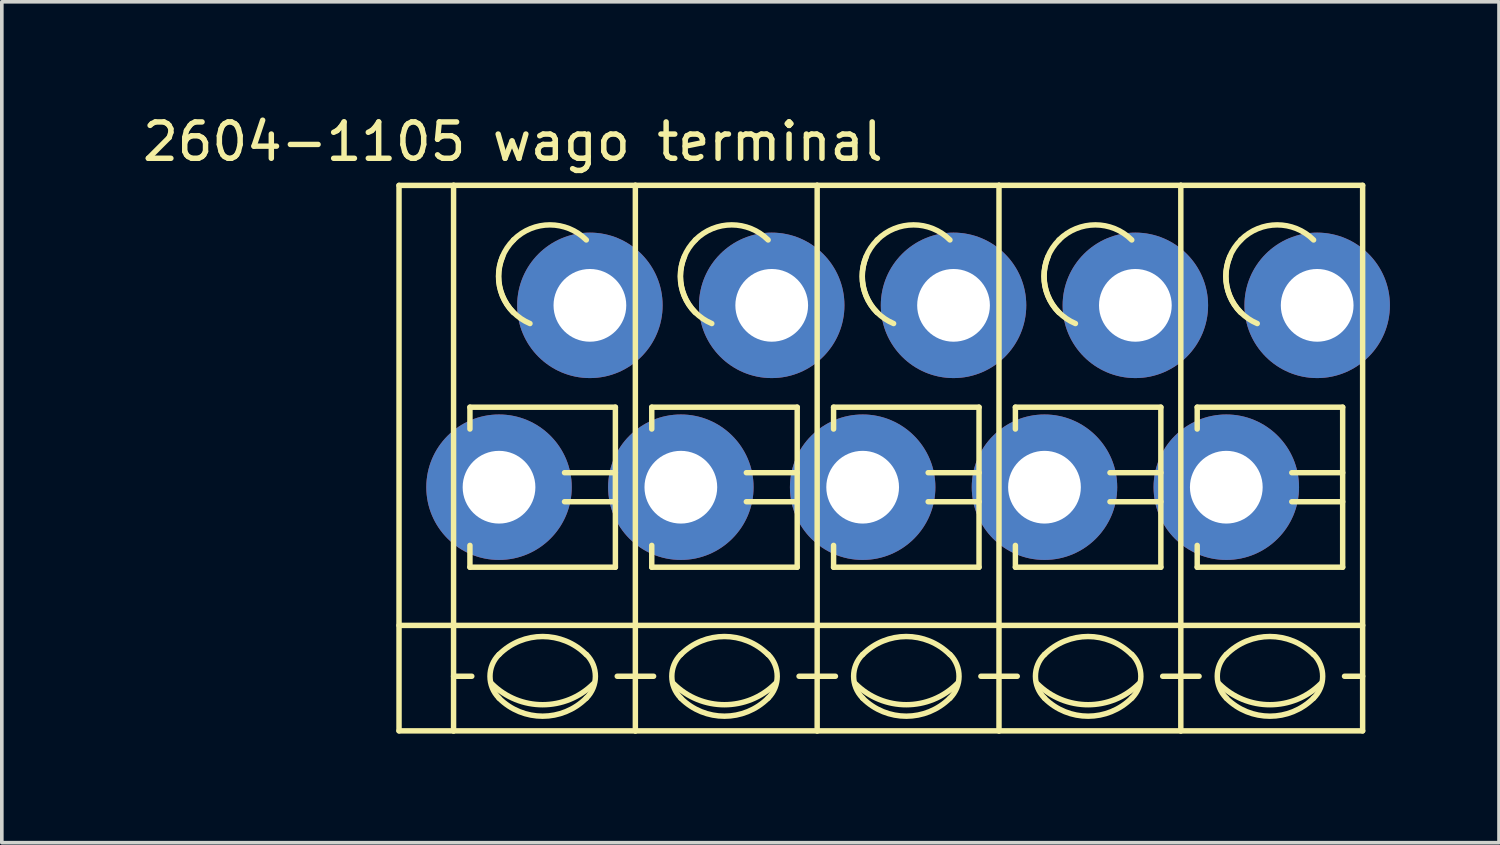
<source format=kicad_pcb>
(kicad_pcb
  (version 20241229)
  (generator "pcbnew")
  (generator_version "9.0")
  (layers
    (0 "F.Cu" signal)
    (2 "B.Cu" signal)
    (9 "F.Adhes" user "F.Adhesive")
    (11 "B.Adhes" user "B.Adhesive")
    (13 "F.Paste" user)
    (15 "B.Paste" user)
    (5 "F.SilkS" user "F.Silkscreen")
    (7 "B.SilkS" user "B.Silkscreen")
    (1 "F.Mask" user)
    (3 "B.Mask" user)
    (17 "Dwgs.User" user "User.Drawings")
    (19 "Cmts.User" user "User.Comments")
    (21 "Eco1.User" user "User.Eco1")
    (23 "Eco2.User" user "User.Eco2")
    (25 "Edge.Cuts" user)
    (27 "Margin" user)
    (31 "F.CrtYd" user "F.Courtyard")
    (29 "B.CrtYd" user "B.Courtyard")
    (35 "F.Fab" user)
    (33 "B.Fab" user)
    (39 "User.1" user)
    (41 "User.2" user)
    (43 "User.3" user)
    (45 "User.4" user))
  (footprint " 2604-1105 wago terminal"
    (layer "F.Cu")
    (at 10.673 10.348)
    (property "Reference" " 2604-1105 wago terminal" (at 0 -9.5 0) (layer "F.SilkS") (effects (font (size 1 1) (thickness 0.15))))
    (attr through_hole)
    (fp_line (start -2.75 -8.3) (end -1.25 -8.3) (stroke (width 0.15) (type solid)) (layer "F.SilkS"))
    (fp_line (start -2.75 6.7) (end -2.75 -8.3) (stroke (width 0.15) (type solid)) (layer "F.SilkS"))
    (fp_line (start -1.25 6.7) (end -2.75 6.7) (stroke (width 0.15) (type solid)) (layer "F.SilkS"))
    (fp_line (start -1.25 5.199) (end -0.749 5.199) (stroke (width 0.15) (type solid)) (layer "F.SilkS"))
    (fp_line (start -1.25 6.701) (end -1.25 -8.301) (stroke (width 0.15) (type solid)) (layer "F.SilkS"))
    (fp_line (start -0.8 -2.2) (end -0.8 -1.6) (stroke (width 0.15) (type solid)) (layer "F.SilkS"))
    (fp_line (start -0.8 -2.2) (end 3.2 -2.2) (stroke (width 0.15) (type solid)) (layer "F.SilkS"))
    (fp_line (start -0.8 2.2) (end -0.8 1.6) (stroke (width 0.15) (type solid)) (layer "F.SilkS"))
    (fp_line (start 3.2 -2.2) (end 3.2 2.2) (stroke (width 0.15) (type solid)) (layer "F.SilkS"))
    (fp_line (start 3.2 -0.399) (end 1.801 -0.399) (stroke (width 0.15) (type solid)) (layer "F.SilkS"))
    (fp_line (start 3.2 0.399) (end 1.801 0.399) (stroke (width 0.15) (type solid)) (layer "F.SilkS"))
    (fp_line (start 3.2 2.2) (end -0.8 2.2) (stroke (width 0.15) (type solid)) (layer "F.SilkS"))
    (fp_line (start 3.749 -8.301) (end -1.25 -8.301) (stroke (width 0.15) (type solid)) (layer "F.SilkS"))
    (fp_line (start 3.749 -8.301) (end 3.749 6.701) (stroke (width 0.15) (type solid)) (layer "F.SilkS"))
    (fp_line (start 3.749 5.199) (end 3.251 5.199) (stroke (width 0.15) (type solid)) (layer "F.SilkS"))
    (fp_line (start 3.749 6.701) (end -1.25 6.701) (stroke (width 0.15) (type solid)) (layer "F.SilkS"))
    (fp_line (start 3.75 3.8) (end -2.75 3.8) (stroke (width 0.15) (type solid)) (layer "F.SilkS"))
    (fp_line (start 3.75 3.8) (end 8.75 3.8) (stroke (width 0.15) (type solid)) (layer "F.SilkS"))
    (fp_line (start 3.75 5.199) (end 4.251 5.199) (stroke (width 0.15) (type solid)) (layer "F.SilkS"))
    (fp_line (start 4.2 -2.2) (end 4.2 -1.6) (stroke (width 0.15) (type solid)) (layer "F.SilkS"))
    (fp_line (start 4.2 -2.2) (end 8.2 -2.2) (stroke (width 0.15) (type solid)) (layer "F.SilkS"))
    (fp_line (start 4.2 2.2) (end 4.2 1.6) (stroke (width 0.15) (type solid)) (layer "F.SilkS"))
    (fp_line (start 8.2 -2.2) (end 8.2 2.2) (stroke (width 0.15) (type solid)) (layer "F.SilkS"))
    (fp_line (start 8.2 -0.399) (end 6.801 -0.399) (stroke (width 0.15) (type solid)) (layer "F.SilkS"))
    (fp_line (start 8.2 0.399) (end 6.801 0.399) (stroke (width 0.15) (type solid)) (layer "F.SilkS"))
    (fp_line (start 8.2 2.2) (end 4.2 2.2) (stroke (width 0.15) (type solid)) (layer "F.SilkS"))
    (fp_line (start 8.749 -8.301) (end 3.75 -8.301) (stroke (width 0.15) (type solid)) (layer "F.SilkS"))
    (fp_line (start 8.749 -8.301) (end 8.749 6.701) (stroke (width 0.15) (type solid)) (layer "F.SilkS"))
    (fp_line (start 8.749 5.199) (end 8.251 5.199) (stroke (width 0.15) (type solid)) (layer "F.SilkS"))
    (fp_line (start 8.749 6.701) (end 3.75 6.701) (stroke (width 0.15) (type solid)) (layer "F.SilkS"))
    (fp_line (start 8.75 3.8) (end 13.75 3.8) (stroke (width 0.15) (type solid)) (layer "F.SilkS"))
    (fp_line (start 8.75 5.199) (end 9.251 5.199) (stroke (width 0.15) (type solid)) (layer "F.SilkS"))
    (fp_line (start 9.2 -2.2) (end 9.2 -1.6) (stroke (width 0.15) (type solid)) (layer "F.SilkS"))
    (fp_line (start 9.2 -2.2) (end 13.2 -2.2) (stroke (width 0.15) (type solid)) (layer "F.SilkS"))
    (fp_line (start 9.2 2.2) (end 9.2 1.6) (stroke (width 0.15) (type solid)) (layer "F.SilkS"))
    (fp_line (start 13.2 -2.2) (end 13.2 2.2) (stroke (width 0.15) (type solid)) (layer "F.SilkS"))
    (fp_line (start 13.2 -0.399) (end 11.801 -0.399) (stroke (width 0.15) (type solid)) (layer "F.SilkS"))
    (fp_line (start 13.2 0.399) (end 11.801 0.399) (stroke (width 0.15) (type solid)) (layer "F.SilkS"))
    (fp_line (start 13.2 2.2) (end 9.2 2.2) (stroke (width 0.15) (type solid)) (layer "F.SilkS"))
    (fp_line (start 13.749 -8.301) (end 8.75 -8.301) (stroke (width 0.15) (type solid)) (layer "F.SilkS"))
    (fp_line (start 13.749 -8.301) (end 13.749 6.701) (stroke (width 0.15) (type solid)) (layer "F.SilkS"))
    (fp_line (start 13.749 5.199) (end 13.251 5.199) (stroke (width 0.15) (type solid)) (layer "F.SilkS"))
    (fp_line (start 13.749 6.701) (end 8.75 6.701) (stroke (width 0.15) (type solid)) (layer "F.SilkS"))
    (fp_line (start 13.75 3.8) (end 18.75 3.8) (stroke (width 0.15) (type solid)) (layer "F.SilkS"))
    (fp_line (start 13.75 5.199) (end 14.251 5.199) (stroke (width 0.15) (type solid)) (layer "F.SilkS"))
    (fp_line (start 14.2 -2.2) (end 14.2 -1.6) (stroke (width 0.15) (type solid)) (layer "F.SilkS"))
    (fp_line (start 14.2 -2.2) (end 18.2 -2.2) (stroke (width 0.15) (type solid)) (layer "F.SilkS"))
    (fp_line (start 14.2 2.2) (end 14.2 1.6) (stroke (width 0.15) (type solid)) (layer "F.SilkS"))
    (fp_line (start 18.2 -2.2) (end 18.2 2.2) (stroke (width 0.15) (type solid)) (layer "F.SilkS"))
    (fp_line (start 18.2 -0.399) (end 16.801 -0.399) (stroke (width 0.15) (type solid)) (layer "F.SilkS"))
    (fp_line (start 18.2 0.399) (end 16.801 0.399) (stroke (width 0.15) (type solid)) (layer "F.SilkS"))
    (fp_line (start 18.2 2.2) (end 14.2 2.2) (stroke (width 0.15) (type solid)) (layer "F.SilkS"))
    (fp_line (start 18.749 -8.301) (end 13.75 -8.301) (stroke (width 0.15) (type solid)) (layer "F.SilkS"))
    (fp_line (start 18.749 -8.301) (end 18.749 6.701) (stroke (width 0.15) (type solid)) (layer "F.SilkS"))
    (fp_line (start 18.749 5.199) (end 18.251 5.199) (stroke (width 0.15) (type solid)) (layer "F.SilkS"))
    (fp_line (start 18.749 6.701) (end 13.75 6.701) (stroke (width 0.15) (type solid)) (layer "F.SilkS"))
    (fp_line (start 18.75 3.8) (end 23.75 3.8) (stroke (width 0.15) (type solid)) (layer "F.SilkS"))
    (fp_line (start 18.75 5.199) (end 19.251 5.199) (stroke (width 0.15) (type solid)) (layer "F.SilkS"))
    (fp_line (start 19.2 -2.2) (end 19.2 -1.6) (stroke (width 0.15) (type solid)) (layer "F.SilkS"))
    (fp_line (start 19.2 -2.2) (end 23.2 -2.2) (stroke (width 0.15) (type solid)) (layer "F.SilkS"))
    (fp_line (start 19.2 2.2) (end 19.2 1.6) (stroke (width 0.15) (type solid)) (layer "F.SilkS"))
    (fp_line (start 23.2 -2.2) (end 23.2 2.2) (stroke (width 0.15) (type solid)) (layer "F.SilkS"))
    (fp_line (start 23.2 -0.399) (end 21.801 -0.399) (stroke (width 0.15) (type solid)) (layer "F.SilkS"))
    (fp_line (start 23.2 0.399) (end 21.801 0.399) (stroke (width 0.15) (type solid)) (layer "F.SilkS"))
    (fp_line (start 23.2 2.2) (end 19.2 2.2) (stroke (width 0.15) (type solid)) (layer "F.SilkS"))
    (fp_line (start 23.749 -8.301) (end 18.75 -8.301) (stroke (width 0.15) (type solid)) (layer "F.SilkS"))
    (fp_line (start 23.749 -8.301) (end 23.749 6.701) (stroke (width 0.15) (type solid)) (layer "F.SilkS"))
    (fp_line (start 23.749 5.199) (end 23.251 5.199) (stroke (width 0.15) (type solid)) (layer "F.SilkS"))
    (fp_line (start 23.749 6.701) (end 18.75 6.701) (stroke (width 0.15) (type solid)) (layer "F.SilkS"))
    (fp_arc (start 0 4.60248) (mid 1.19888 4.105888) (end 2.39776 4.60248) (stroke (width 0.15) (type solid)) (layer "F.SilkS"))
    (fp_arc (start 0 5.79882) (mid -0.248296 5.19938) (end 0 4.59994) (stroke (width 0.15) (type solid)) (layer "F.SilkS"))
    (fp_arc (start 0.39878 -6.79958) (mid 1.39954 -7.214108) (end 2.4003 -6.79958) (stroke (width 0.15) (type solid)) (layer "F.SilkS"))
    (fp_arc (start 0.39878 -4.8006) (mid -0.013952 -5.800616) (end 0.40132 -6.79958) (stroke (width 0.15) (type solid)) (layer "F.SilkS"))
    (fp_arc (start 0.8509 -4.50088) (mid 0.093811 -5.268985) (end 0.1016 -6.34746) (stroke (width 0.15) (type solid)) (layer "F.SilkS"))
    (fp_arc (start 2.4003 5.79882) (mid 1.200676 6.297208) (end 0 5.80136) (stroke (width 0.15) (type solid)) (layer "F.SilkS"))
    (fp_arc (start 2.40284 4.59994) (mid 2.650392 5.201176) (end 2.4003 5.80136) (stroke (width 0.15) (type solid)) (layer "F.SilkS"))
    (fp_arc (start 2.60096 5.40004) (mid 1.200676 5.981545) (end -0.20066 5.40258) (stroke (width 0.15) (type solid)) (layer "F.SilkS"))
    (fp_arc (start 5 4.60248) (mid 6.19888 4.105888) (end 7.39776 4.60248) (stroke (width 0.15) (type solid)) (layer "F.SilkS"))
    (fp_arc (start 5 5.79882) (mid 4.751704 5.19938) (end 5 4.59994) (stroke (width 0.15) (type solid)) (layer "F.SilkS"))
    (fp_arc (start 5.39878 -6.79958) (mid 6.39954 -7.214108) (end 7.4003 -6.79958) (stroke (width 0.15) (type solid)) (layer "F.SilkS"))
    (fp_arc (start 5.39878 -4.8006) (mid 4.986048 -5.800616) (end 5.40132 -6.79958) (stroke (width 0.15) (type solid)) (layer "F.SilkS"))
    (fp_arc (start 5.8509 -4.50088) (mid 5.093811 -5.268985) (end 5.1016 -6.34746) (stroke (width 0.15) (type solid)) (layer "F.SilkS"))
    (fp_arc (start 7.4003 5.79882) (mid 6.200676 6.297208) (end 5 5.80136) (stroke (width 0.15) (type solid)) (layer "F.SilkS"))
    (fp_arc (start 7.40284 4.59994) (mid 7.650392 5.201176) (end 7.4003 5.80136) (stroke (width 0.15) (type solid)) (layer "F.SilkS"))
    (fp_arc (start 7.60096 5.40004) (mid 6.200676 5.981545) (end 4.79934 5.40258) (stroke (width 0.15) (type solid)) (layer "F.SilkS"))
    (fp_arc (start 10 4.60248) (mid 11.19888 4.105888) (end 12.39776 4.60248) (stroke (width 0.15) (type solid)) (layer "F.SilkS"))
    (fp_arc (start 10 5.79882) (mid 9.751704 5.19938) (end 10 4.59994) (stroke (width 0.15) (type solid)) (layer "F.SilkS"))
    (fp_arc (start 10.39878 -6.79958) (mid 11.39954 -7.214108) (end 12.4003 -6.79958) (stroke (width 0.15) (type solid)) (layer "F.SilkS"))
    (fp_arc (start 10.39878 -4.8006) (mid 9.986048 -5.800616) (end 10.40132 -6.79958) (stroke (width 0.15) (type solid)) (layer "F.SilkS"))
    (fp_arc (start 10.8509 -4.50088) (mid 10.093811 -5.268985) (end 10.1016 -6.34746) (stroke (width 0.15) (type solid)) (layer "F.SilkS"))
    (fp_arc (start 12.4003 5.79882) (mid 11.200676 6.297208) (end 10 5.80136) (stroke (width 0.15) (type solid)) (layer "F.SilkS"))
    (fp_arc (start 12.40284 4.59994) (mid 12.650392 5.201176) (end 12.4003 5.80136) (stroke (width 0.15) (type solid)) (layer "F.SilkS"))
    (fp_arc (start 12.60096 5.40004) (mid 11.200676 5.981545) (end 9.79934 5.40258) (stroke (width 0.15) (type solid)) (layer "F.SilkS"))
    (fp_arc (start 15 4.60248) (mid 16.19888 4.105888) (end 17.39776 4.60248) (stroke (width 0.15) (type solid)) (layer "F.SilkS"))
    (fp_arc (start 15 5.79882) (mid 14.751704 5.19938) (end 15 4.59994) (stroke (width 0.15) (type solid)) (layer "F.SilkS"))
    (fp_arc (start 15.39878 -6.79958) (mid 16.39954 -7.214108) (end 17.4003 -6.79958) (stroke (width 0.15) (type solid)) (layer "F.SilkS"))
    (fp_arc (start 15.39878 -4.8006) (mid 14.986048 -5.800616) (end 15.40132 -6.79958) (stroke (width 0.15) (type solid)) (layer "F.SilkS"))
    (fp_arc (start 15.8509 -4.50088) (mid 15.093811 -5.268985) (end 15.1016 -6.34746) (stroke (width 0.15) (type solid)) (layer "F.SilkS"))
    (fp_arc (start 17.4003 5.79882) (mid 16.200676 6.297208) (end 15 5.80136) (stroke (width 0.15) (type solid)) (layer "F.SilkS"))
    (fp_arc (start 17.40284 4.59994) (mid 17.650392 5.201176) (end 17.4003 5.80136) (stroke (width 0.15) (type solid)) (layer "F.SilkS"))
    (fp_arc (start 17.60096 5.40004) (mid 16.200676 5.981545) (end 14.79934 5.40258) (stroke (width 0.15) (type solid)) (layer "F.SilkS"))
    (fp_arc (start 20 4.60248) (mid 21.19888 4.105888) (end 22.39776 4.60248) (stroke (width 0.15) (type solid)) (layer "F.SilkS"))
    (fp_arc (start 20 5.79882) (mid 19.751704 5.19938) (end 20 4.59994) (stroke (width 0.15) (type solid)) (layer "F.SilkS"))
    (fp_arc (start 20.39878 -6.79958) (mid 21.39954 -7.214108) (end 22.4003 -6.79958) (stroke (width 0.15) (type solid)) (layer "F.SilkS"))
    (fp_arc (start 20.39878 -4.8006) (mid 19.986048 -5.800616) (end 20.40132 -6.79958) (stroke (width 0.15) (type solid)) (layer "F.SilkS"))
    (fp_arc (start 20.8509 -4.50088) (mid 20.093811 -5.268985) (end 20.1016 -6.34746) (stroke (width 0.15) (type solid)) (layer "F.SilkS"))
    (fp_arc (start 22.4003 5.79882) (mid 21.200676 6.297208) (end 20 5.80136) (stroke (width 0.15) (type solid)) (layer "F.SilkS"))
    (fp_arc (start 22.40284 4.59994) (mid 22.650392 5.201176) (end 22.4003 5.80136) (stroke (width 0.15) (type solid)) (layer "F.SilkS"))
    (fp_arc (start 22.60096 5.40004) (mid 21.200676 5.981545) (end 19.79934 5.40258) (stroke (width 0.15) (type solid)) (layer "F.SilkS"))
    (pad "1" thru_hole circle (at 0 0) (size 4 4) (drill 2) (layers "*.Cu" "*.Mask"))
    (pad "1" thru_hole circle (at 2.499 -5.001) (size 4 4) (drill 2) (layers "*.Cu" "*.Mask"))
    (pad "2" thru_hole circle (at 5 0) (size 4 4) (drill 2) (layers "*.Cu" "*.Mask"))
    (pad "2" thru_hole circle (at 7.499 -5.001) (size 4 4) (drill 2) (layers "*.Cu" "*.Mask"))
    (pad "3" thru_hole circle (at 10 0) (size 4 4) (drill 2) (layers "*.Cu" "*.Mask"))
    (pad "3" thru_hole circle (at 12.499 -5.001) (size 4 4) (drill 2) (layers "*.Cu" "*.Mask"))
    (pad "4" thru_hole circle (at 15 0) (size 4 4) (drill 2) (layers "*.Cu" "*.Mask"))
    (pad "4" thru_hole circle (at 17.499 -5.001) (size 4 4) (drill 2) (layers "*.Cu" "*.Mask"))
    (pad "5" thru_hole circle (at 20 0) (size 4 4) (drill 2) (layers "*.Cu" "*.Mask"))
    (pad "5" thru_hole circle (at 22.499 -5.001) (size 4 4) (drill 2) (layers "*.Cu" "*.Mask")))
  (gr_rect
    (start -3 -3)
    (end 38.172 20.124)
    (stroke (width 0.1) (type default))
    (fill no)
    (layer "Edge.Cuts")))
</source>
